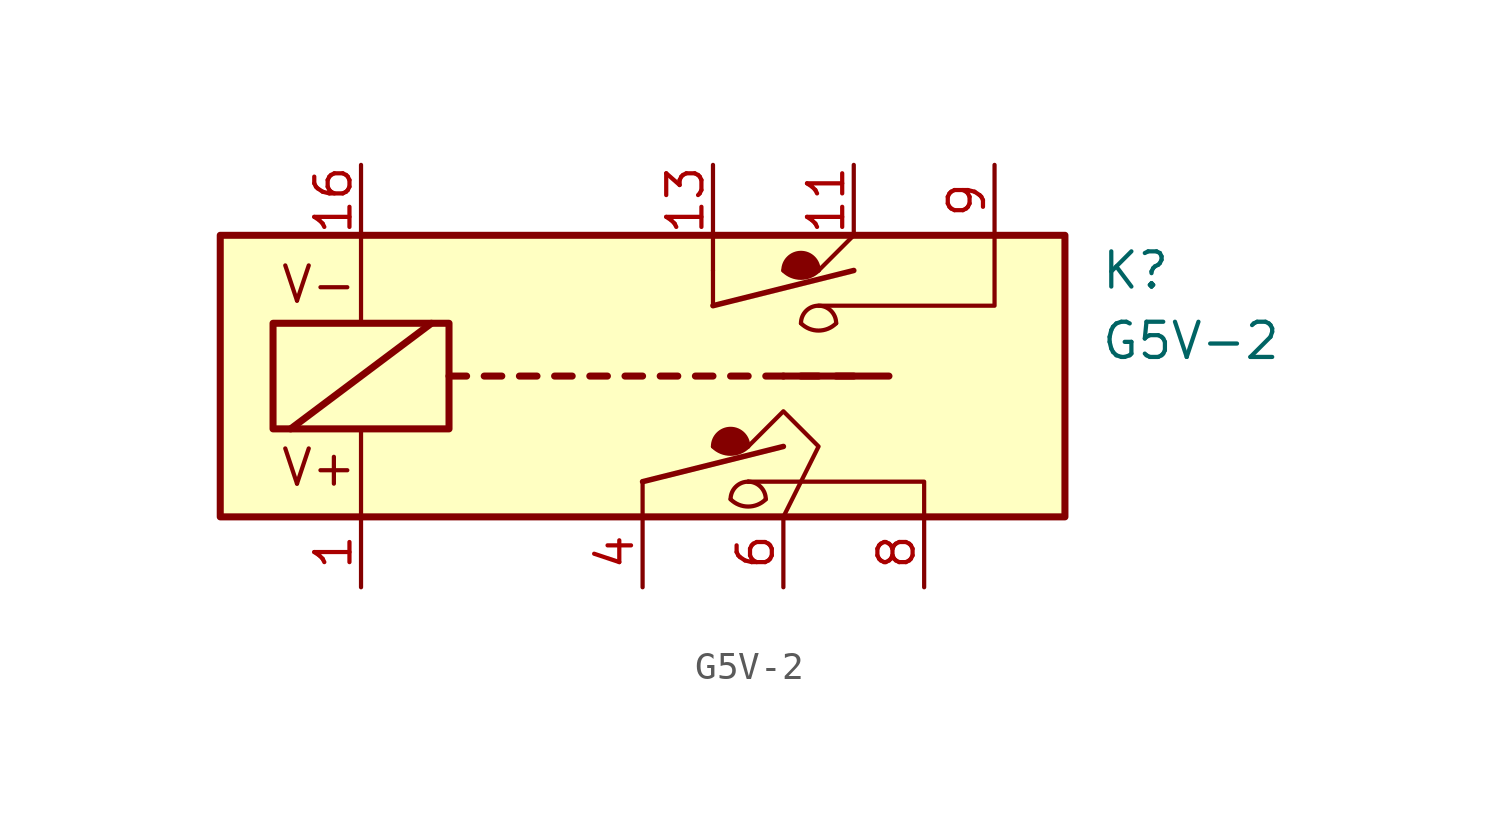
<source format=kicad_sym>
(kicad_symbol_lib
  (version 20241209)
  (generator "kicad_symbol_editor")
  (generator_version "9.0")
  (symbol "G5V-2"
    (property "Reference" "K"
      (at 16.51 3.81 0)
      (effects (font (size 1.27 1.27)) (justify left)))
    (property "Value" "G5V-2"
      (at 16.51 1.27 0)
      (effects (font (size 1.27 1.27)) (justify left)))
    (symbol "G5V-2_0_1"
      (rectangle (start -15.24 5.08) (end 15.24 -5.08) (stroke (width 0.254) (type default)) (fill (type background)))
      (rectangle (start -13.335 1.905) (end -6.985 -1.905) (stroke (width 0.254) (type default)) (fill (type none)))
      (polyline (pts (xy -12.7 -1.905) (xy -7.62 1.905)) (stroke (width 0.254) (type default)) (fill (type none)))
      (polyline (pts (xy -10.16 5.08) (xy -10.16 1.905)) (stroke (width 0) (type default)) (fill (type none)))
      (polyline (pts (xy -10.16 -5.08) (xy -10.16 -1.905)) (stroke (width 0) (type default)) (fill (type none)))
      (polyline (pts (xy -6.985 0) (xy -6.35 0)) (stroke (width 0.254) (type default)) (fill (type none)))
      (polyline (pts (xy -5.715 0) (xy -5.08 0)) (stroke (width 0.254) (type default)) (fill (type none)))
      (polyline (pts (xy -4.445 0) (xy -3.81 0)) (stroke (width 0.254) (type default)) (fill (type none)))
      (polyline (pts (xy -3.175 0) (xy -2.54 0)) (stroke (width 0.254) (type default)) (fill (type none)))
      (polyline (pts (xy -1.905 0) (xy -1.27 0)) (stroke (width 0.254) (type default)) (fill (type none)))
      (polyline (pts (xy -0.635 0) (xy 0 0)) (stroke (width 0.254) (type default)) (fill (type none)))
      (polyline (pts (xy 0 -5.08) (xy 0 -3.81)) (stroke (width 0) (type default)) (fill (type none)))
      (polyline (pts (xy 0.635 0) (xy 1.27 0)) (stroke (width 0.254) (type default)) (fill (type none)))
      (polyline (pts (xy 1.905 0) (xy 2.54 0)) (stroke (width 0.254) (type default)) (fill (type none)))
      (polyline (pts (xy 2.54 5.08) (xy 2.54 3.81)) (stroke (width 0) (type default)) (fill (type none)))
      (polyline (pts (xy 3.175 0) (xy 3.81 0)) (stroke (width 0.254) (type default)) (fill (type none)))
      (polyline (pts (xy 4.445 0) (xy 5.08 0)) (stroke (width 0.254) (type default)) (fill (type none)))
      (polyline (pts (xy 5.08 0) (xy 8.89 0)) (stroke (width 0.254) (type default)) (fill (type none)))
      (polyline (pts (xy 5.715 0) (xy 6.35 0)) (stroke (width 0.254) (type default)) (fill (type none)))
      (polyline (pts (xy 6.985 0) (xy 7.62 0)) (stroke (width 0.254) (type default)) (fill (type none))))
    (symbol "G5V-2_1_1"
      (polyline (pts (xy 0 -3.81) (xy 5.08 -2.54)) (stroke (width 0.2) (type solid)) (fill (type none)))
      (polyline (pts (xy 2.54 3.81) (xy 2.54 2.54)) (stroke (width 0) (type default)) (fill (type none)))
      (polyline (pts (xy 2.54 2.54) (xy 7.62 3.81)) (stroke (width 0.2) (type solid)) (fill (type none)))
      (arc (start 3.81 -2.54) (mid 3.175 -2.803) (end 2.54 -2.54) (stroke (width 0) (type solid)) (fill (type outline)))
      (arc (start 2.54 -2.54) (mid 3.175 -1.905) (end 3.81 -2.54) (stroke (width 0) (type solid)) (fill (type outline)))
      (polyline (pts (xy 3.81 -2.54) (xy 5.08 -1.27) (xy 6.35 -2.54) (xy 5.08 -5.08)) (stroke (width 0) (type default)) (fill (type none)))
      (polyline (pts (xy 3.81 -3.81) (xy 3.81 -3.81)) (stroke (width 0) (type solid)) (fill (type none)))
      (polyline (pts (xy 3.81 -3.81) (xy 10.16 -3.81) (xy 10.16 -5.08)) (stroke (width 0) (type solid)) (fill (type none)))
      (arc (start 4.445 -4.4451) (mid 3.81 -4.7081) (end 3.175 -4.4451) (stroke (width 0) (type solid)) (fill (type none)))
      (arc (start 3.175 -4.4451) (mid 3.81 -3.8101) (end 4.445 -4.4451) (stroke (width 0) (type solid)) (fill (type none)))
      (arc (start 6.35 3.81) (mid 5.715 3.547) (end 5.08 3.81) (stroke (width 0) (type solid)) (fill (type outline)))
      (arc (start 5.08 3.81) (mid 5.715 4.445) (end 6.35 3.81) (stroke (width 0) (type solid)) (fill (type outline)))
      (polyline (pts (xy 6.35 2.54) (xy 12.7 2.54) (xy 12.7 5.08)) (stroke (width 0) (type default)) (fill (type none)))
      (arc (start 6.985 1.9049) (mid 6.35 1.6419) (end 5.715 1.9049) (stroke (width 0) (type solid)) (fill (type none)))
      (arc (start 5.715 1.9049) (mid 6.35 2.5399) (end 6.985 1.9049) (stroke (width 0) (type solid)) (fill (type none)))
      (polyline (pts (xy 7.62 5.08) (xy 6.35 3.81)) (stroke (width 0) (type default)) (fill (type none)))
      (text "V-" (at -11.684 3.302 0) (effects (font (size 1.27 1.27))))
      (text "V+" (at -11.684 -3.302 0) (effects (font (size 1.27 1.27))))
      (pin passive line (at -10.16 7.62 270) (length 2.54) (name "" (effects (font (size 1.27 1.27)))) (number "16" (effects (font (size 1.27 1.27)))))
      (pin passive line (at -10.16 -7.62 90) (length 2.54) (name "" (effects (font (size 1.27 1.27)))) (number "1" (effects (font (size 1.27 1.27)))))
      (pin passive line (at 0 -7.62 90) (length 2.54) (name "~" (effects (font (size 1.27 1.27)))) (number "4" (effects (font (size 1.27 1.27)))))
      (pin passive line (at 2.54 7.62 270) (length 2.54) (name "~" (effects (font (size 1.27 1.27)))) (number "13" (effects (font (size 1.27 1.27)))))
      (pin passive line (at 5.08 -7.62 90) (length 2.54) (name "~" (effects (font (size 1.27 1.27)))) (number "6" (effects (font (size 1.27 1.27)))))
      (pin passive line (at 7.62 7.62 270) (length 2.54) (name "~" (effects (font (size 1.27 1.27)))) (number "11" (effects (font (size 1.27 1.27)))))
      (pin passive line (at 10.16 -7.62 90) (length 2.54) (name "~" (effects (font (size 1.27 1.27)))) (number "8" (effects (font (size 1.27 1.27)))))
      (pin passive line (at 12.7 7.62 270) (length 2.54) (name "~" (effects (font (size 1.27 1.27)))) (number "9" (effects (font (size 1.27 1.27))))))))
</source>
